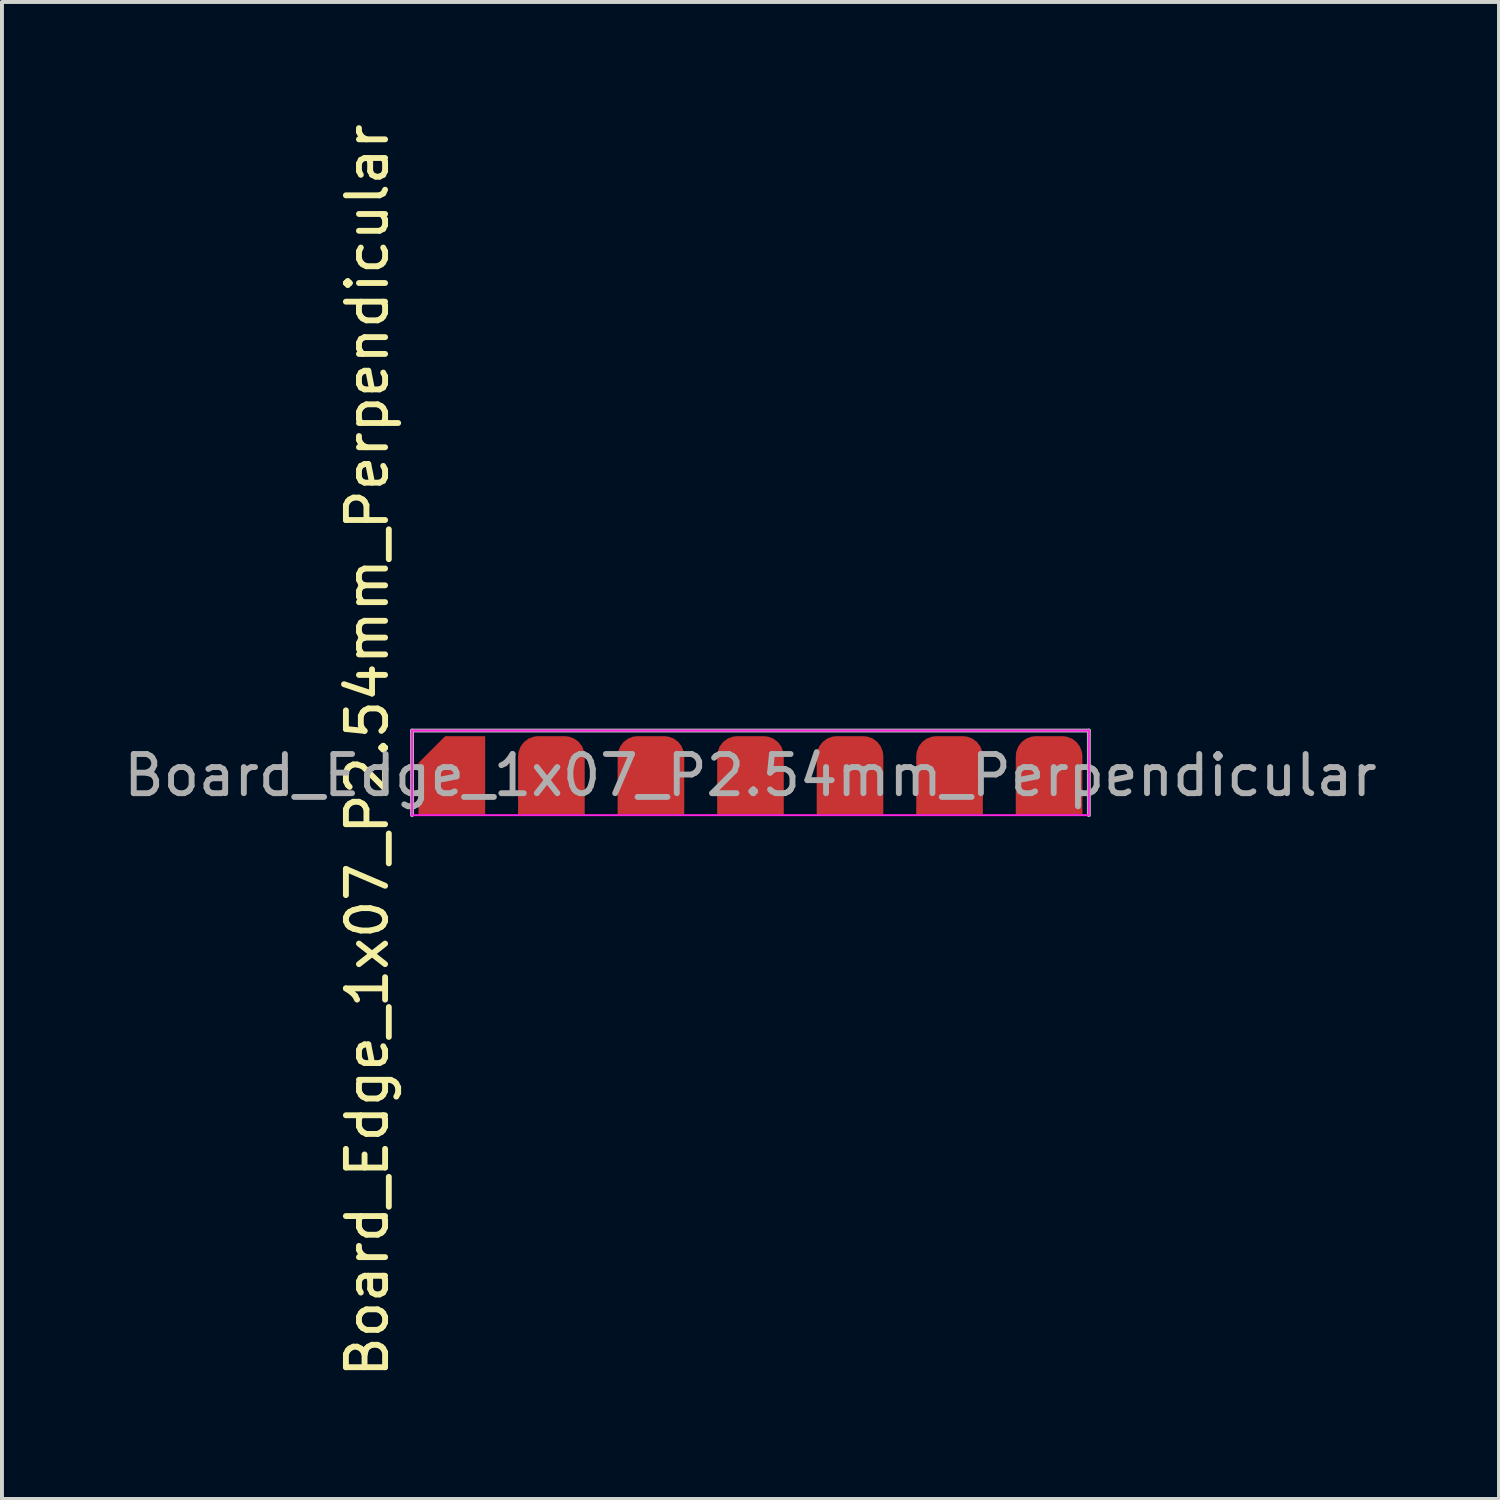
<source format=kicad_pcb>
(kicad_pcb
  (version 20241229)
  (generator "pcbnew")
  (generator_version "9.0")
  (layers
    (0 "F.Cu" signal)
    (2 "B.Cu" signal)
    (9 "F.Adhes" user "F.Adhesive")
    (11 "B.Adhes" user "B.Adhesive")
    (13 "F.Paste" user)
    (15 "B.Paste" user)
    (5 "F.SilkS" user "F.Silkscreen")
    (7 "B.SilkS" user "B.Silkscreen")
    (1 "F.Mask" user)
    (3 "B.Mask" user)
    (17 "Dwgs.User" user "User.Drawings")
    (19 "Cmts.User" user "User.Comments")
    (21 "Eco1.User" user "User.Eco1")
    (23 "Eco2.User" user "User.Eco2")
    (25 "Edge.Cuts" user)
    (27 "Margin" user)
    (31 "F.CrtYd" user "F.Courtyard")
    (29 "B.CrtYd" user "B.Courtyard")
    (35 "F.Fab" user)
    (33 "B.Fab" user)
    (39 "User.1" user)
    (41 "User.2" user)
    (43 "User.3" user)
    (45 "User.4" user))
  (footprint "Board_Edge_1x07_P2.54mm_Perpendicular"
    (layer "F.Cu")
    (at 16.101 16.736)
    (property "Reference" "Board_Edge_1x07_P2.54mm_Perpendicular" (at -9.779 -0.635 90) (layer "F.SilkS") (effects (font (size 1 1) (thickness 0.15))))
    (attr through_hole)
    (fp_line (start -8.636 1.016) (end -8.636 -1.143) (stroke (width 0.05) (type solid)) (layer "F.CrtYd"))
    (fp_line (start -8.636 1.016) (end 8.636 1.016) (stroke (width 0.05) (type solid)) (layer "F.CrtYd"))
    (fp_line (start 8.636 -1.143) (end -8.636 -1.143) (stroke (width 0.05) (type solid)) (layer "F.CrtYd"))
    (fp_line (start 8.636 1.016) (end 8.636 -1.143) (stroke (width 0.05) (type solid)) (layer "F.CrtYd"))
    (fp_line (start -8.636 -1.143) (end 8.636 -1.143) (stroke (width 0.1) (type solid)) (layer "F.Fab"))
    (fp_line (start -8.636 1.016) (end -8.636 -1.143) (stroke (width 0.1) (type solid)) (layer "F.Fab"))
    (fp_line (start 8.636 -1.143) (end 8.636 1.016) (stroke (width 0.1) (type solid)) (layer "F.Fab"))
    (fp_text user "${REFERENCE}" (at 0 0 180) (layer "F.Fab") (effects (font (size 1 1) (thickness 0.15))))
    (pad "1" smd roundrect (at -7.62 0 90) (size 2 1.7) (layers "F.Cu" "F.Mask" "F.Paste") (roundrect_rratio 0) (chamfer_ratio 0.4) (chamfer top_right))
    (pad "2" smd roundrect (at -5.08 0 90) (size 2 1.7) (layers "F.Cu" "F.Mask" "F.Paste") (roundrect_rratio 0.3) (chamfer_ratio 0) (chamfer top_left bottom_left))
    (pad "3" smd roundrect (at -2.54 0 90) (size 2 1.7) (layers "F.Cu" "F.Mask" "F.Paste") (roundrect_rratio 0.3) (chamfer_ratio 0) (chamfer top_left bottom_left))
    (pad "4" smd roundrect (at 0 0 90) (size 2 1.7) (layers "F.Cu" "F.Mask" "F.Paste") (roundrect_rratio 0.3) (chamfer_ratio 0) (chamfer top_left bottom_left))
    (pad "5" smd roundrect (at 2.54 0 90) (size 2 1.7) (layers "F.Cu" "F.Mask" "F.Paste") (roundrect_rratio 0.3) (chamfer_ratio 0) (chamfer top_left bottom_left))
    (pad "6" smd roundrect (at 5.08 0 90) (size 2 1.7) (layers "F.Cu" "F.Mask" "F.Paste") (roundrect_rratio 0.3) (chamfer_ratio 0) (chamfer top_left bottom_left))
    (pad "7" smd roundrect (at 7.62 0 90) (size 2 1.7) (layers "F.Cu" "F.Mask" "F.Paste") (roundrect_rratio 0.3) (chamfer_ratio 0) (chamfer top_left bottom_left)))
  (gr_rect
    (start -3 -3)
    (end 35.202 35.202)
    (stroke (width 0.1) (type default))
    (fill no)
    (layer "Edge.Cuts")))
</source>
